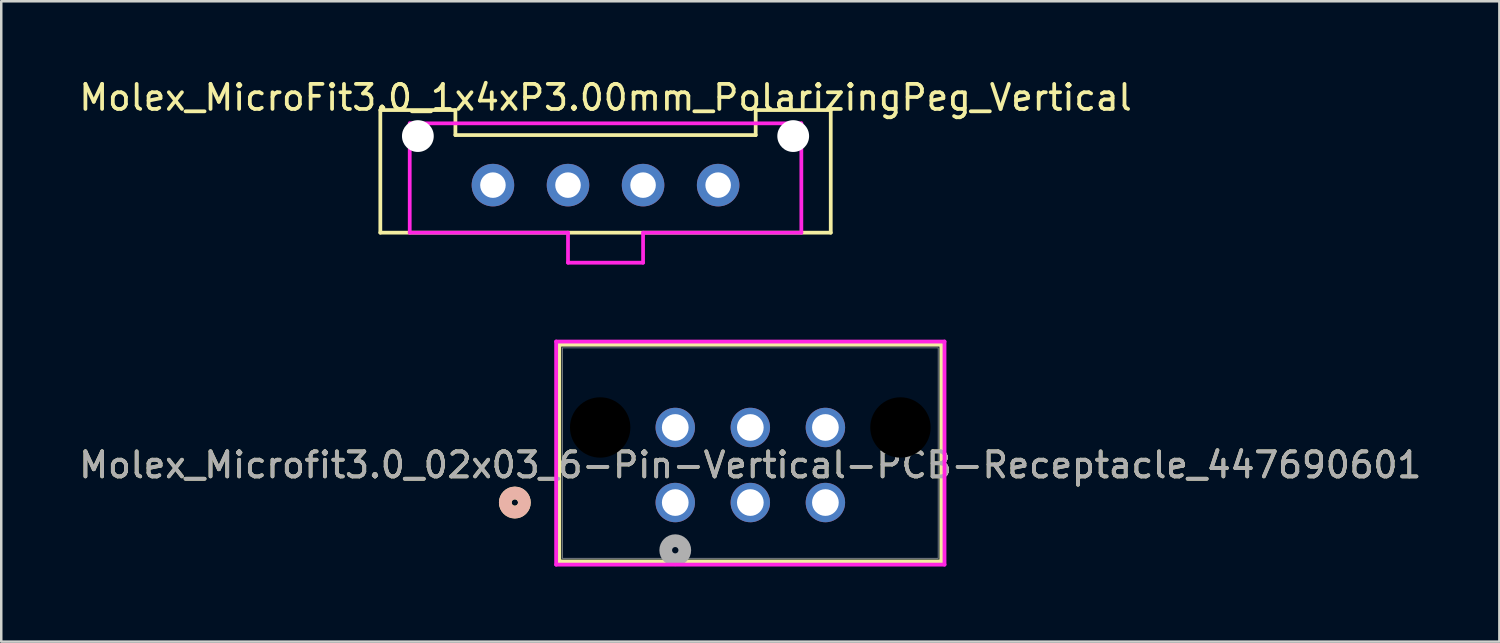
<source format=kicad_pcb>
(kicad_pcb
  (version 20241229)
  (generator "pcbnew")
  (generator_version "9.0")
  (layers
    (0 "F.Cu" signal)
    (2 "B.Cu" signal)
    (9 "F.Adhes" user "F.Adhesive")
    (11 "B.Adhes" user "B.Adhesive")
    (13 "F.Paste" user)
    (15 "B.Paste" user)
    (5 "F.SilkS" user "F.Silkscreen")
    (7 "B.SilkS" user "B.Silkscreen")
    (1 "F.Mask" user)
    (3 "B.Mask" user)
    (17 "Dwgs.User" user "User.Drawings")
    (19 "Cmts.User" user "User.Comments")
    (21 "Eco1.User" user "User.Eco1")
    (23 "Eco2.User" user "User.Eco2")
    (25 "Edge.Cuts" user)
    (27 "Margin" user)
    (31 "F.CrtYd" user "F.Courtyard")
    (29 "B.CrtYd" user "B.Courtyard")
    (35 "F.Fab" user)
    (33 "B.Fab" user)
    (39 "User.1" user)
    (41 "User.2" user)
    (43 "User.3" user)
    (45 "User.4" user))
  (footprint "Molex_Microfit3.0_02x03_6-Pin-Vertical-PCB-Receptacle_447690601"
    (layer "F.Cu")
    (at 23.935 17.033)
    (property "Reference" "Molex_Microfit3.0_02x03_6-Pin-Vertical-PCB-Receptacle_447690601" (at 3 -1.5 0) (unlocked yes) (layer "F.SilkS") (effects (font (size 1 1) (thickness 0.15))))
    (attr through_hole)
    (fp_line (start -4.633 -6.307) (end -4.633 2.354) (stroke (width 0.152) (type solid)) (layer "F.SilkS"))
    (fp_line (start -4.633 2.354) (end 10.633 2.354) (stroke (width 0.152) (type solid)) (layer "F.SilkS"))
    (fp_line (start 10.633 -6.307) (end -4.633 -6.307) (stroke (width 0.152) (type solid)) (layer "F.SilkS"))
    (fp_line (start 10.633 2.354) (end 10.633 -6.307) (stroke (width 0.152) (type solid)) (layer "F.SilkS"))
    (fp_circle (center -6.411 0) (end -6.03 0) (stroke (width 0.508) (type solid)) (fill no) (layer "F.SilkS"))
    (fp_circle (center -6.411 0) (end -6.03 0) (stroke (width 0.508) (type solid)) (fill no) (layer "B.SilkS"))
    (fp_line (start -4.76 -6.434) (end -4.76 2.481) (stroke (width 0.152) (type solid)) (layer "F.CrtYd"))
    (fp_line (start -4.76 2.481) (end 10.76 2.481) (stroke (width 0.152) (type solid)) (layer "F.CrtYd"))
    (fp_line (start 10.76 -6.434) (end -4.76 -6.434) (stroke (width 0.152) (type solid)) (layer "F.CrtYd"))
    (fp_line (start 10.76 2.481) (end 10.76 -6.434) (stroke (width 0.152) (type solid)) (layer "F.CrtYd"))
    (fp_line (start -4.506 -6.18) (end -4.506 2.227) (stroke (width 0.025) (type solid)) (layer "F.Fab"))
    (fp_line (start -4.506 2.227) (end 10.506 2.227) (stroke (width 0.025) (type solid)) (layer "F.Fab"))
    (fp_line (start 10.506 -6.18) (end -4.506 -6.18) (stroke (width 0.025) (type solid)) (layer "F.Fab"))
    (fp_line (start 10.506 2.227) (end 10.506 -6.18) (stroke (width 0.025) (type solid)) (layer "F.Fab"))
    (fp_circle (center 0 1.905) (end 0.381 1.905) (stroke (width 0.508) (type solid)) (fill no) (layer "F.Fab"))
    (fp_text user "${REFERENCE}" (at 3 -1.5 0) (unlocked yes) (layer "F.Fab") (effects (font (size 1 1) (thickness 0.15))))
    (pad "" np_thru_hole circle (at -3 -3) (size 2.413 2.413) (drill 2.413) (layers))
    (pad "" np_thru_hole circle (at 9 -3) (size 2.413 2.413) (drill 2.413) (layers))
    (pad "1" thru_hole circle (at 0 0) (size 1.575 1.575) (drill 1.067) (layers "*.Cu" "*.Mask"))
    (pad "2" thru_hole circle (at 3 0) (size 1.575 1.575) (drill 1.067) (layers "*.Cu" "*.Mask"))
    (pad "3" thru_hole circle (at 6 0) (size 1.575 1.575) (drill 1.067) (layers "*.Cu" "*.Mask"))
    (pad "4" thru_hole circle (at 0 -3) (size 1.575 1.575) (drill 1.067) (layers "*.Cu" "*.Mask"))
    (pad "5" thru_hole circle (at 3 -3) (size 1.575 1.575) (drill 1.067) (layers "*.Cu" "*.Mask"))
    (pad "6" thru_hole circle (at 6 -3) (size 1.575 1.575) (drill 1.067) (layers "*.Cu" "*.Mask")))
  (footprint "Molex_MicroFit3.0_1x4xP3.00mm_PolarizingPeg_Vertical"
    (layer "F.Cu")
    (at 16.649 4.348)
    (property "Reference" "Molex_MicroFit3.0_1x4xP3.00mm_PolarizingPeg_Vertical" (at 4.5 -3.5 0) (layer "F.SilkS") (effects (font (size 1 1) (thickness 0.15))))
    (attr through_hole)
    (fp_line (start -4.5 -3) (end -1.5 -3) (stroke (width 0.15) (type solid)) (layer "F.SilkS"))
    (fp_line (start -4.5 1.9) (end -4.5 -3) (stroke (width 0.15) (type solid)) (layer "F.SilkS"))
    (fp_line (start -1.5 -3) (end -1.5 -2) (stroke (width 0.15) (type solid)) (layer "F.SilkS"))
    (fp_line (start -1.5 -2) (end 10.5 -2) (stroke (width 0.15) (type solid)) (layer "F.SilkS"))
    (fp_line (start 10.5 -3) (end 13.5 -3) (stroke (width 0.15) (type solid)) (layer "F.SilkS"))
    (fp_line (start 10.5 -2) (end 10.5 -3) (stroke (width 0.15) (type solid)) (layer "F.SilkS"))
    (fp_line (start 13.5 -3) (end 13.5 1.9) (stroke (width 0.15) (type solid)) (layer "F.SilkS"))
    (fp_line (start 13.5 1.9) (end -4.5 1.9) (stroke (width 0.15) (type solid)) (layer "F.SilkS"))
    (fp_line (start -3.325 -2.47) (end 12.325 -2.47) (stroke (width 0.15) (type solid)) (layer "F.CrtYd"))
    (fp_line (start -3.325 1.9) (end -3.325 -2.47) (stroke (width 0.15) (type solid)) (layer "F.CrtYd"))
    (fp_line (start 3 1.9) (end -3.325 1.9) (stroke (width 0.15) (type solid)) (layer "F.CrtYd"))
    (fp_line (start 3 3.1) (end 3 1.9) (stroke (width 0.15) (type solid)) (layer "F.CrtYd"))
    (fp_line (start 6 1.9) (end 6 3.1) (stroke (width 0.15) (type solid)) (layer "F.CrtYd"))
    (fp_line (start 6 3.1) (end 3 3.1) (stroke (width 0.15) (type solid)) (layer "F.CrtYd"))
    (fp_line (start 12.325 -2.47) (end 12.325 1.9) (stroke (width 0.15) (type solid)) (layer "F.CrtYd"))
    (fp_line (start 12.325 1.9) (end 6 1.9) (stroke (width 0.15) (type solid)) (layer "F.CrtYd"))
    (pad "" np_thru_hole circle (at -3 -1.96) (size 1.27 1.27) (drill 1.27) (layers "*.Cu" "*.Mask"))
    (pad "" np_thru_hole circle (at 12 -1.96) (size 1.27 1.27) (drill 1.27) (layers "*.Cu" "*.Mask"))
    (pad "1" thru_hole circle (at 0 0) (size 1.7 1.7) (drill 1.02) (layers "*.Cu" "*.Mask"))
    (pad "2" thru_hole circle (at 3 0) (size 1.7 1.7) (drill 1.02) (layers "*.Cu" "*.Mask"))
    (pad "3" thru_hole circle (at 6 0) (size 1.7 1.7) (drill 1.02) (layers "*.Cu" "*.Mask"))
    (pad "4" thru_hole circle (at 9 0) (size 1.7 1.7) (drill 1.02) (layers "*.Cu" "*.Mask")))
  (gr_rect
    (start -3 -3)
    (end 56.869 22.591)
    (stroke (width 0.1) (type default))
    (fill no)
    (layer "Edge.Cuts")))
</source>
